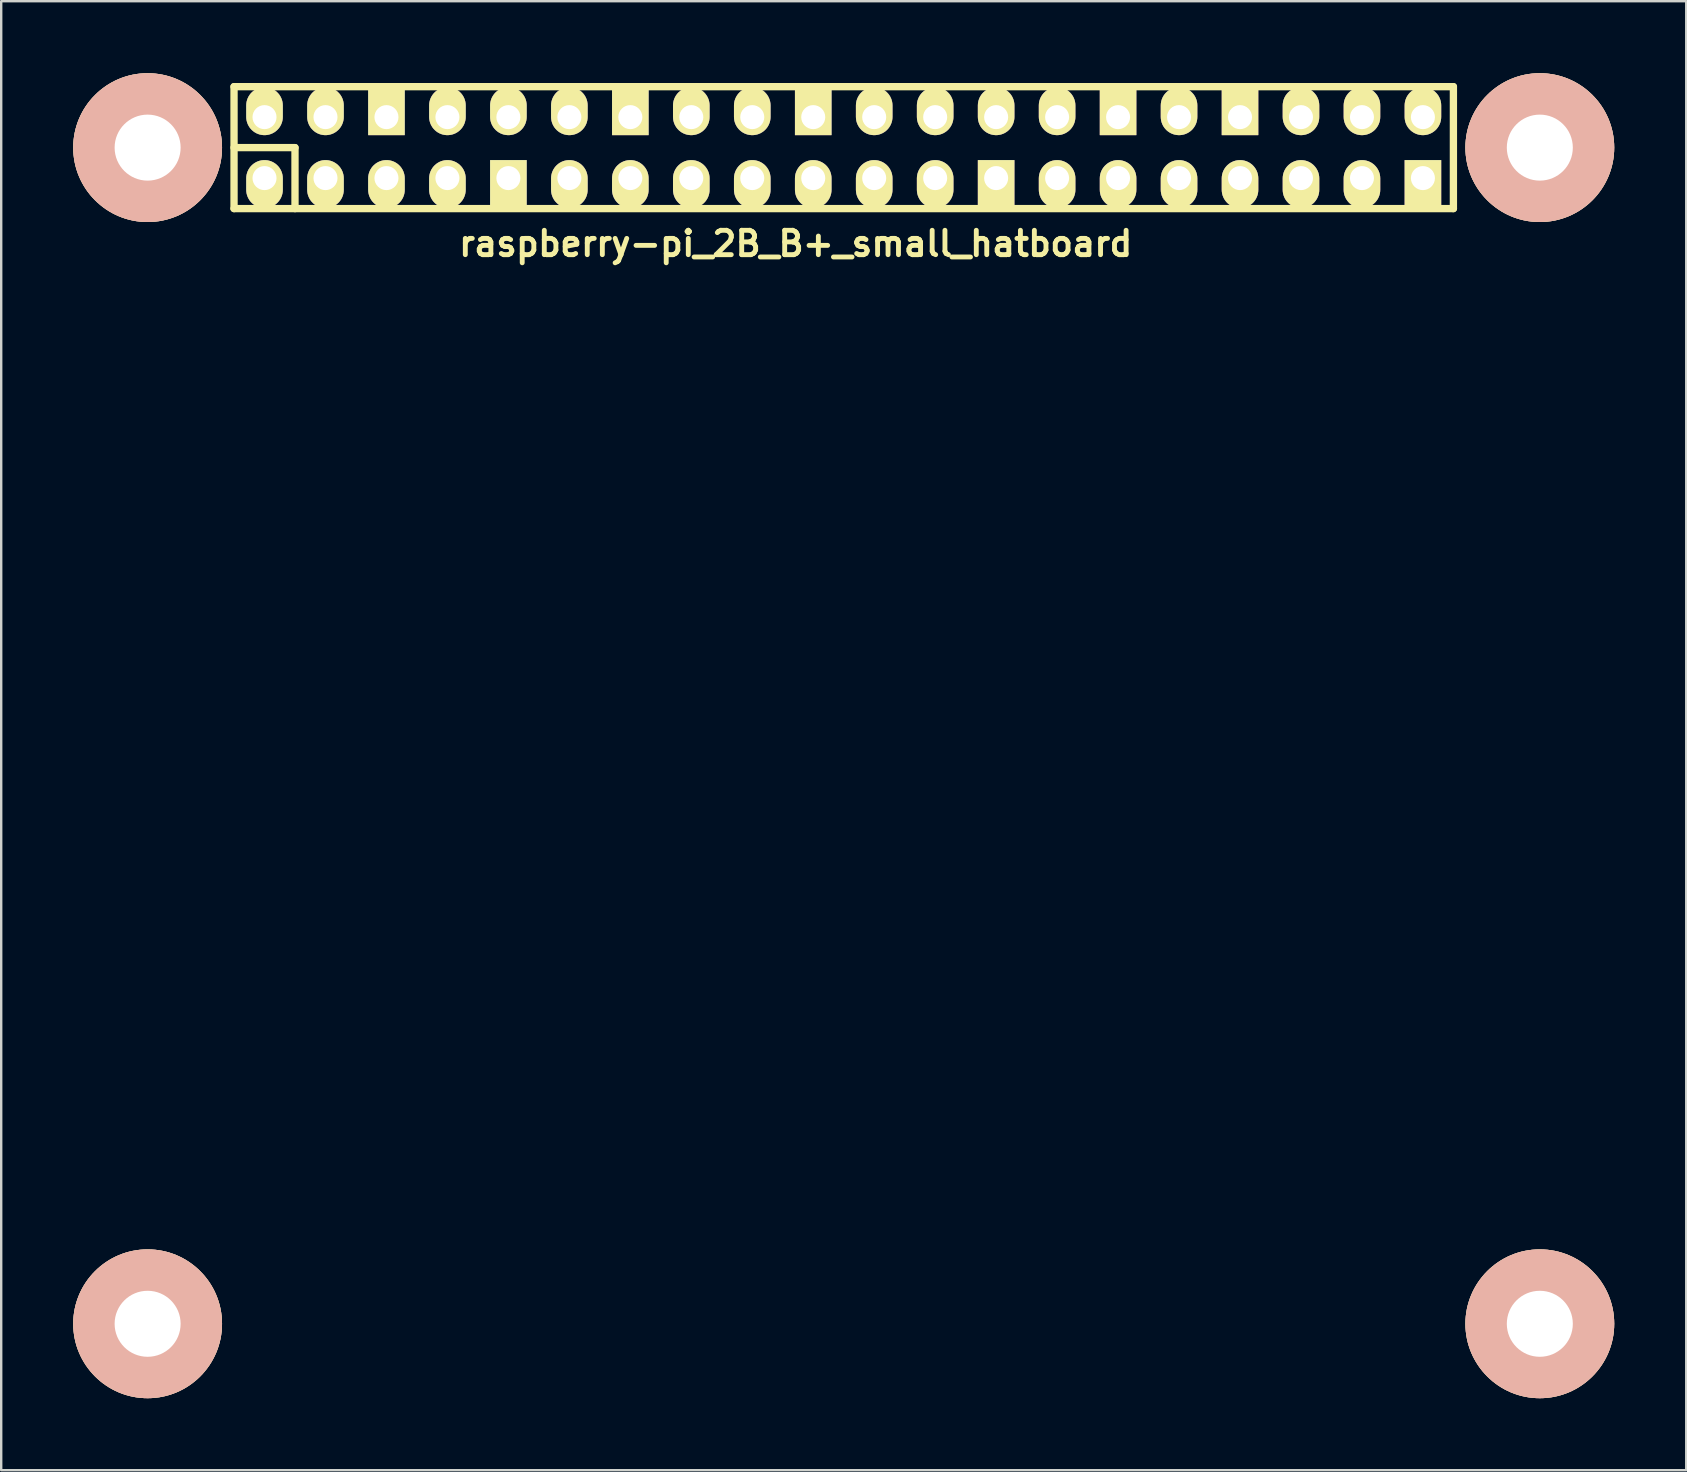
<source format=kicad_pcb>
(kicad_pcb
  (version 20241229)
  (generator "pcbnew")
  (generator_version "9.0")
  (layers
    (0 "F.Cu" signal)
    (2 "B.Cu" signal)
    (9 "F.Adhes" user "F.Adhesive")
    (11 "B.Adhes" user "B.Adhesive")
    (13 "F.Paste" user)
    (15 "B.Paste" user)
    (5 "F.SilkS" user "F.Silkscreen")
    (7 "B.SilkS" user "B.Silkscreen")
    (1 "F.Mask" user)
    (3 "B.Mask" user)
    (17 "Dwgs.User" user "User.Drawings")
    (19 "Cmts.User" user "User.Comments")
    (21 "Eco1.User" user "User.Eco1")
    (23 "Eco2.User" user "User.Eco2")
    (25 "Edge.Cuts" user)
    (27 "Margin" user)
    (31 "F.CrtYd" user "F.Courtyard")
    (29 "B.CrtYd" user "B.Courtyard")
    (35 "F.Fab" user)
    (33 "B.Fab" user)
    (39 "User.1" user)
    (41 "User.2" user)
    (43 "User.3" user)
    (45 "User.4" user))
  (footprint "raspberry-pi_2B_B+_small_hatboard"
    (layer "F.Cu")
    (at 32.1 3.1)
    (property "Reference" "raspberry-pi_2B_B+_small_hatboard" (at -2 4 0) (layer "F.SilkS") (effects (font (size 1.016 1.016) (thickness 0.203))))
    (attr through_hole)
    (fp_line (start -25.4 -2.54) (end -25.4 2.54) (stroke (width 0.305) (type solid)) (layer "F.SilkS"))
    (fp_line (start -25.4 -2.54) (end 25.4 -2.54) (stroke (width 0.305) (type solid)) (layer "F.SilkS"))
    (fp_line (start -25.4 0) (end -22.86 0) (stroke (width 0.305) (type solid)) (layer "F.SilkS"))
    (fp_line (start -22.86 0) (end -22.86 2.54) (stroke (width 0.305) (type solid)) (layer "F.SilkS"))
    (fp_line (start 25.4 2.54) (end -25.4 2.54) (stroke (width 0.305) (type solid)) (layer "F.SilkS"))
    (fp_line (start 25.4 2.54) (end 25.4 -2.54) (stroke (width 0.305) (type solid)) (layer "F.SilkS"))
    (pad "1" thru_hole oval (at -24.13 1.27) (size 1.524 1.999) (drill 1.001 (offset 0 0.249)) (layers "*.Cu" "*.Mask" "F.SilkS"))
    (pad "2" thru_hole oval (at -24.13 -1.27) (size 1.524 1.999) (drill 1.001 (offset 0 -0.249)) (layers "*.Cu" "*.Mask" "F.SilkS"))
    (pad "3" thru_hole oval (at -21.59 1.27) (size 1.524 1.999) (drill 1.001 (offset 0 0.249)) (layers "*.Cu" "*.Mask" "F.SilkS"))
    (pad "4" thru_hole oval (at -21.59 -1.27) (size 1.524 1.999) (drill 1.001 (offset 0 -0.249)) (layers "*.Cu" "*.Mask" "F.SilkS"))
    (pad "5" thru_hole oval (at -19.05 1.27) (size 1.524 1.999) (drill 1.001 (offset 0 0.249)) (layers "*.Cu" "*.Mask" "F.SilkS"))
    (pad "6" thru_hole rect (at -19.05 -1.27) (size 1.524 1.999) (drill 1.001 (offset 0 -0.249)) (layers "*.Cu" "*.Mask" "F.SilkS"))
    (pad "7" thru_hole oval (at -16.51 1.27) (size 1.524 1.999) (drill 1.001 (offset 0 0.249)) (layers "*.Cu" "*.Mask" "F.SilkS"))
    (pad "8" thru_hole oval (at -16.51 -1.27) (size 1.524 1.999) (drill 1.001 (offset 0 -0.249)) (layers "*.Cu" "*.Mask" "F.SilkS"))
    (pad "9" thru_hole rect (at -13.97 1.27) (size 1.524 1.999) (drill 1.001 (offset 0 0.249)) (layers "*.Cu" "*.Mask" "F.SilkS"))
    (pad "10" thru_hole oval (at -13.97 -1.27) (size 1.524 1.999) (drill 1.001 (offset 0 -0.249)) (layers "*.Cu" "*.Mask" "F.SilkS"))
    (pad "11" thru_hole oval (at -11.43 1.27) (size 1.524 1.999) (drill 1.001 (offset 0 0.249)) (layers "*.Cu" "*.Mask" "F.SilkS"))
    (pad "12" thru_hole oval (at -11.43 -1.27) (size 1.524 1.999) (drill 1.001 (offset 0 -0.249)) (layers "*.Cu" "*.Mask" "F.SilkS"))
    (pad "13" thru_hole oval (at -8.89 1.27) (size 1.524 1.999) (drill 1.001 (offset 0 0.249)) (layers "*.Cu" "*.Mask" "F.SilkS"))
    (pad "14" thru_hole rect (at -8.89 -1.27) (size 1.524 1.999) (drill 1.001 (offset 0 -0.249)) (layers "*.Cu" "*.Mask" "F.SilkS"))
    (pad "15" thru_hole oval (at -6.35 1.27) (size 1.524 1.999) (drill 1.001 (offset 0 0.249)) (layers "*.Cu" "*.Mask" "F.SilkS"))
    (pad "16" thru_hole oval (at -6.35 -1.27) (size 1.524 1.999) (drill 1.001 (offset 0 -0.249)) (layers "*.Cu" "*.Mask" "F.SilkS"))
    (pad "17" thru_hole oval (at -3.81 1.27) (size 1.524 1.999) (drill 1.001 (offset 0 0.249)) (layers "*.Cu" "*.Mask" "F.SilkS"))
    (pad "18" thru_hole oval (at -3.81 -1.27) (size 1.524 1.999) (drill 1.001 (offset 0 -0.249)) (layers "*.Cu" "*.Mask" "F.SilkS"))
    (pad "19" thru_hole oval (at -1.27 1.27) (size 1.524 1.999) (drill 1.001 (offset 0 0.249)) (layers "*.Cu" "*.Mask" "F.SilkS"))
    (pad "20" thru_hole rect (at -1.27 -1.27) (size 1.524 1.999) (drill 1.001 (offset 0 -0.249)) (layers "*.Cu" "*.Mask" "F.SilkS"))
    (pad "21" thru_hole oval (at 1.27 1.27) (size 1.524 1.999) (drill 1.001 (offset 0 0.249)) (layers "*.Cu" "*.Mask" "F.SilkS"))
    (pad "22" thru_hole oval (at 1.27 -1.27) (size 1.524 1.999) (drill 1.001 (offset 0 -0.249)) (layers "*.Cu" "*.Mask" "F.SilkS"))
    (pad "23" thru_hole oval (at 3.81 1.27) (size 1.524 1.999) (drill 1.001 (offset 0 0.249)) (layers "*.Cu" "*.Mask" "F.SilkS"))
    (pad "24" thru_hole oval (at 3.81 -1.27) (size 1.524 1.999) (drill 1.001 (offset 0 -0.249)) (layers "*.Cu" "*.Mask" "F.SilkS"))
    (pad "25" thru_hole rect (at 6.35 1.27) (size 1.524 1.999) (drill 1.001 (offset 0 0.249)) (layers "*.Cu" "*.Mask" "F.SilkS"))
    (pad "26" thru_hole oval (at 6.35 -1.27) (size 1.524 1.999) (drill 1.001 (offset 0 -0.249)) (layers "*.Cu" "*.Mask" "F.SilkS"))
    (pad "27" thru_hole oval (at 8.89 1.27) (size 1.524 1.999) (drill 1.001 (offset 0 0.249)) (layers "*.Cu" "*.Mask" "F.SilkS"))
    (pad "28" thru_hole oval (at 8.89 -1.27) (size 1.524 1.999) (drill 1.001 (offset 0 -0.249)) (layers "*.Cu" "*.Mask" "F.SilkS"))
    (pad "29" thru_hole oval (at 11.43 1.27) (size 1.524 1.999) (drill 1.001 (offset 0 0.249)) (layers "*.Cu" "*.Mask" "F.SilkS"))
    (pad "30" thru_hole rect (at 11.43 -1.27) (size 1.524 1.999) (drill 1.001 (offset 0 -0.249)) (layers "*.Cu" "*.Mask" "F.SilkS"))
    (pad "31" thru_hole oval (at 13.97 1.27) (size 1.524 1.999) (drill 1.001 (offset 0 0.249)) (layers "*.Cu" "*.Mask" "F.SilkS"))
    (pad "32" thru_hole oval (at 13.97 -1.27) (size 1.524 1.999) (drill 1.001 (offset 0 -0.249)) (layers "*.Cu" "*.Mask" "F.SilkS"))
    (pad "33" thru_hole oval (at 16.51 1.27) (size 1.524 1.999) (drill 1.001 (offset 0 0.249)) (layers "*.Cu" "*.Mask" "F.SilkS"))
    (pad "34" thru_hole rect (at 16.51 -1.27) (size 1.524 1.999) (drill 1.001 (offset 0 -0.249)) (layers "*.Cu" "*.Mask" "F.SilkS"))
    (pad "35" thru_hole oval (at 19.05 1.27) (size 1.524 1.999) (drill 1.001 (offset 0 0.249)) (layers "*.Cu" "*.Mask" "F.SilkS"))
    (pad "36" thru_hole oval (at 19.05 -1.27) (size 1.524 1.999) (drill 1.001 (offset 0 -0.249)) (layers "*.Cu" "*.Mask" "F.SilkS"))
    (pad "37" thru_hole oval (at 21.59 1.27) (size 1.524 1.999) (drill 1.001 (offset 0 0.249)) (layers "*.Cu" "*.Mask" "F.SilkS"))
    (pad "38" thru_hole oval (at 21.59 -1.27) (size 1.524 1.999) (drill 1.001 (offset 0 -0.249)) (layers "*.Cu" "*.Mask" "F.SilkS"))
    (pad "39" thru_hole rect (at 24.13 1.27) (size 1.524 1.999) (drill 1.001 (offset 0 0.249)) (layers "*.Cu" "*.Mask" "F.SilkS"))
    (pad "40" thru_hole oval (at 24.13 -1.27) (size 1.524 1.999) (drill 1.001 (offset 0 -0.249)) (layers "*.Cu" "*.Mask" "F.SilkS"))
    (pad "~" thru_hole circle (at -29 0) (size 6.2 6.2) (drill 2.75) (layers "*.Cu" "*.SilkS" "*.Mask"))
    (pad "~" thru_hole circle (at -29 49) (size 6.2 6.2) (drill 2.75) (layers "*.Cu" "*.SilkS" "*.Mask"))
    (pad "~" thru_hole circle (at 29 0) (size 6.2 6.2) (drill 2.75) (layers "*.Cu" "*.SilkS" "*.Mask"))
    (pad "~" thru_hole circle (at 29 49) (size 6.2 6.2) (drill 2.75) (layers "*.Cu" "*.SilkS" "*.Mask")))
  (gr_rect
    (start -3 -3)
    (end 67.2 58.2)
    (stroke (width 0.1) (type default))
    (fill no)
    (layer "Edge.Cuts")))
</source>
